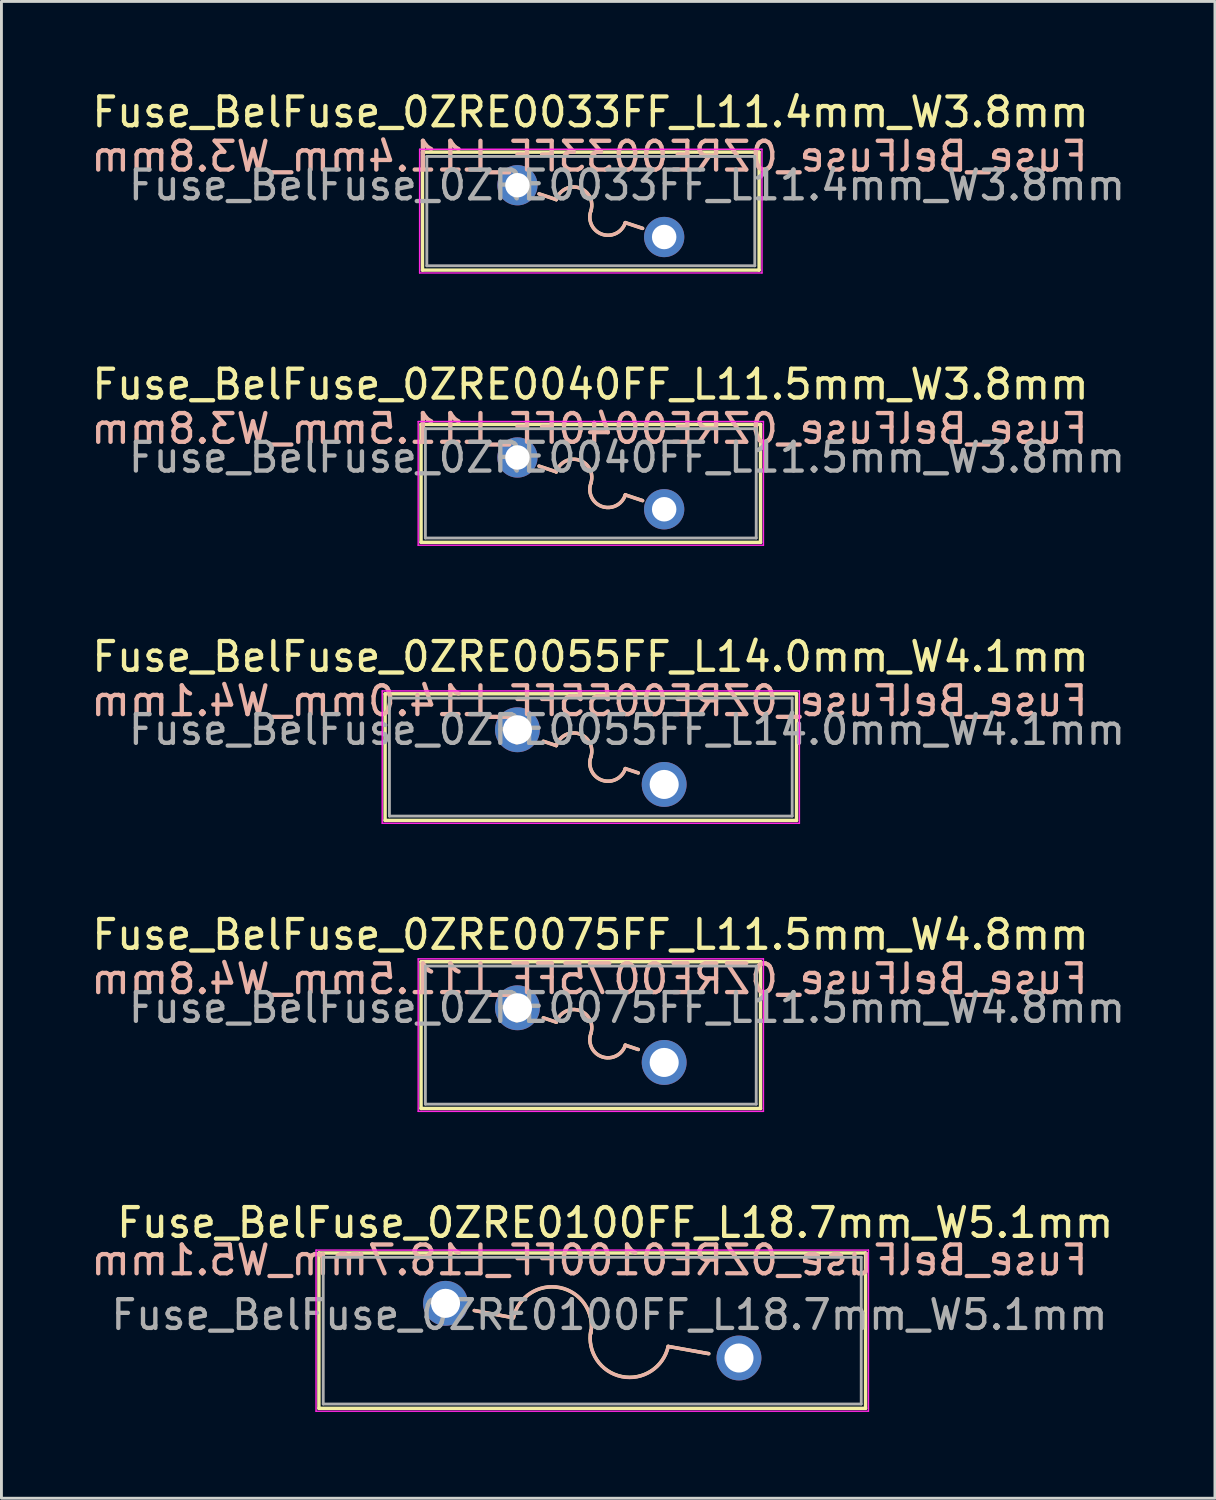
<source format=kicad_pcb>
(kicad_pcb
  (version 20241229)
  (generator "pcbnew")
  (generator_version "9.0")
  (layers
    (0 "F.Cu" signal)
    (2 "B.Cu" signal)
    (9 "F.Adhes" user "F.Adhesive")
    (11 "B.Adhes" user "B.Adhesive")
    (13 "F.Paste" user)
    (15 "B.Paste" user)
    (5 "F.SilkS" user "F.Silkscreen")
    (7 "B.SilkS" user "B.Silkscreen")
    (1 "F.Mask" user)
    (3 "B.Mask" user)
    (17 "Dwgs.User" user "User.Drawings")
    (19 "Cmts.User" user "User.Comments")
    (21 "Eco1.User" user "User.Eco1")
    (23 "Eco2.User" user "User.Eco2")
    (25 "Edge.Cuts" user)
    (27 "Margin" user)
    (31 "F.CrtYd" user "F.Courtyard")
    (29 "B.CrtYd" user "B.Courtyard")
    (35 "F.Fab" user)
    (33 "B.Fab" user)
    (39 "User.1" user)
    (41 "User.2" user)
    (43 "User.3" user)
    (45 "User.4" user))
  (footprint "Fuse_BelFuse_0ZRE0033FF_L11.4mm_W3.8mm"
    (layer "F.Cu")
    (at 14.935 3.388)
    (property "Reference" "Fuse_BelFuse_0ZRE0033FF_L11.4mm_W3.8mm" (at 2.54 -2.54 0) (layer "F.SilkS") (effects (font (size 1 1) (thickness 0.15))))
    (fp_line (start -3.3 -1.15) (end -3.3 2.95) (stroke (width 0.12) (type solid)) (layer "F.SilkS"))
    (fp_line (start -3.3 -1.15) (end 8.4 -1.15) (stroke (width 0.12) (type solid)) (layer "F.SilkS"))
    (fp_line (start -3.3 2.95) (end 8.4 2.95) (stroke (width 0.12) (type solid)) (layer "F.SilkS"))
    (fp_line (start 0.75 0.3) (end 1.35 0.5) (stroke (width 0.12) (type solid)) (layer "F.SilkS"))
    (fp_line (start 3.75 1.3) (end 4.35 1.5) (stroke (width 0.12) (type solid)) (layer "F.SilkS"))
    (fp_line (start 8.4 -1.15) (end 8.4 2.95) (stroke (width 0.12) (type solid)) (layer "F.SilkS"))
    (fp_arc (start 1.350003 0.500002) (mid 2.150001 0.100002) (end 2.550001 0.9) (stroke (width 0.12) (type solid)) (layer "F.SilkS"))
    (fp_arc (start 3.749999 1.299998) (mid 2.950001 1.699998) (end 2.550001 0.9) (stroke (width 0.12) (type solid)) (layer "F.SilkS"))
    (fp_line (start 0.75 0.3) (end 1.35 0.5) (stroke (width 0.12) (type solid)) (layer "B.SilkS"))
    (fp_line (start 3.75 1.3) (end 4.35 1.5) (stroke (width 0.12) (type solid)) (layer "B.SilkS"))
    (fp_arc (start 1.350003 0.500002) (mid 2.150001 0.100002) (end 2.550001 0.9) (stroke (width 0.12) (type solid)) (layer "B.SilkS"))
    (fp_arc (start 3.749999 1.299998) (mid 2.950001 1.699998) (end 2.550001 0.9) (stroke (width 0.12) (type solid)) (layer "B.SilkS"))
    (fp_line (start -3.4 -1.25) (end -3.4 3.05) (stroke (width 0.05) (type solid)) (layer "F.CrtYd"))
    (fp_line (start -3.4 -1.25) (end 8.5 -1.25) (stroke (width 0.05) (type solid)) (layer "F.CrtYd"))
    (fp_line (start -3.4 3.05) (end 8.5 3.05) (stroke (width 0.05) (type solid)) (layer "F.CrtYd"))
    (fp_line (start 8.5 -1.25) (end 8.5 3.05) (stroke (width 0.05) (type solid)) (layer "F.CrtYd"))
    (fp_line (start -3.15 -1) (end -3.15 2.8) (stroke (width 0.1) (type solid)) (layer "F.Fab"))
    (fp_line (start -3.15 -1) (end 8.25 -1) (stroke (width 0.1) (type solid)) (layer "F.Fab"))
    (fp_line (start -3.15 2.8) (end 8.25 2.8) (stroke (width 0.1) (type solid)) (layer "F.Fab"))
    (fp_line (start 8.25 -1) (end 8.25 2.8) (stroke (width 0.1) (type solid)) (layer "F.Fab"))
    (fp_text user "${REFERENCE}" (at 2.5 -1 0) (layer "B.SilkS") (effects (font (size 1 1) (thickness 0.15)) (justify mirror)))
    (fp_text user "${REFERENCE}" (at 3.81 0 0) (layer "F.Fab") (effects (font (size 1 1) (thickness 0.15))))
    (pad "1" thru_hole circle (at 0 0) (size 1.4 1.4) (drill 0.85) (layers "*.Cu" "*.Mask"))
    (pad "2" thru_hole circle (at 5.1 1.8) (size 1.4 1.4) (drill 0.85) (layers "*.Cu" "*.Mask")))
  (footprint "Fuse_BelFuse_0ZRE0100FF_L18.7mm_W5.1mm"
    (layer "F.Cu")
    (at 12.435 42.251)
    (property "Reference" "Fuse_BelFuse_0ZRE0100FF_L18.7mm_W5.1mm" (at 5.9 -2.8 0) (layer "F.SilkS") (effects (font (size 1 1) (thickness 0.15))))
    (fp_line (start -4.4 -1.75) (end -4.4 3.65) (stroke (width 0.12) (type solid)) (layer "F.SilkS"))
    (fp_line (start -4.4 -1.75) (end 14.6 -1.75) (stroke (width 0.12) (type solid)) (layer "F.SilkS"))
    (fp_line (start -4.4 3.65) (end 14.6 3.65) (stroke (width 0.12) (type solid)) (layer "F.SilkS"))
    (fp_line (start 1 0.25) (end 2.36 0.502) (stroke (width 0.12) (type solid)) (layer "F.SilkS"))
    (fp_line (start 7.74 1.498) (end 9.15 1.75) (stroke (width 0.12) (type solid)) (layer "F.SilkS"))
    (fp_line (start 14.6 -1.75) (end 14.6 3.65) (stroke (width 0.12) (type solid)) (layer "F.SilkS"))
    (fp_arc (start 2.359742 0.502167) (mid 3.97396 -0.54534) (end 5.049999 1.05) (stroke (width 0.12) (type solid)) (layer "F.SilkS"))
    (fp_arc (start 7.740258 1.497834) (mid 6.12604 2.545341) (end 5.050001 0.950001) (stroke (width 0.12) (type solid)) (layer "F.SilkS"))
    (fp_line (start 1 0.25) (end 2.36 0.502) (stroke (width 0.12) (type solid)) (layer "B.SilkS"))
    (fp_line (start 7.74 1.498) (end 9.15 1.75) (stroke (width 0.12) (type solid)) (layer "B.SilkS"))
    (fp_arc (start 2.359739 0.502167) (mid 3.974046 -0.545772) (end 5.049999 1.05) (stroke (width 0.12) (type solid)) (layer "B.SilkS"))
    (fp_arc (start 7.740261 1.497834) (mid 6.125954 2.545773) (end 5.050001 0.950001) (stroke (width 0.12) (type solid)) (layer "B.SilkS"))
    (fp_line (start -4.5 -1.85) (end -4.5 3.75) (stroke (width 0.05) (type solid)) (layer "F.CrtYd"))
    (fp_line (start -4.5 -1.85) (end 14.7 -1.85) (stroke (width 0.05) (type solid)) (layer "F.CrtYd"))
    (fp_line (start -4.5 3.75) (end 14.7 3.75) (stroke (width 0.05) (type solid)) (layer "F.CrtYd"))
    (fp_line (start 14.7 -1.85) (end 14.7 3.75) (stroke (width 0.05) (type solid)) (layer "F.CrtYd"))
    (fp_line (start -4.25 -1.6) (end -4.25 3.5) (stroke (width 0.1) (type solid)) (layer "F.Fab"))
    (fp_line (start -4.25 -1.6) (end 14.45 -1.6) (stroke (width 0.1) (type solid)) (layer "F.Fab"))
    (fp_line (start -4.25 3.5) (end 14.45 3.5) (stroke (width 0.1) (type solid)) (layer "F.Fab"))
    (fp_line (start 14.45 -1.6) (end 14.45 3.5) (stroke (width 0.1) (type solid)) (layer "F.Fab"))
    (fp_text user "${REFERENCE}" (at 5 -1.5 0) (layer "B.SilkS") (effects (font (size 1 1) (thickness 0.15)) (justify mirror)))
    (fp_text user "${REFERENCE}" (at 5.7 0.4 0) (layer "F.Fab") (effects (font (size 1 1) (thickness 0.15))))
    (pad "1" thru_hole circle (at 0 0) (size 1.56 1.56) (drill 1.01) (layers "*.Cu" "*.Mask"))
    (pad "2" thru_hole circle (at 10.2 1.9) (size 1.56 1.56) (drill 1.01) (layers "*.Cu" "*.Mask")))
  (footprint "Fuse_BelFuse_0ZRE0040FF_L11.5mm_W3.8mm"
    (layer "F.Cu")
    (at 14.935 12.851)
    (property "Reference" "Fuse_BelFuse_0ZRE0040FF_L11.5mm_W3.8mm" (at 2.54 -2.54 0) (layer "F.SilkS") (effects (font (size 1 1) (thickness 0.15))))
    (fp_line (start -3.35 -1.15) (end -3.35 2.95) (stroke (width 0.12) (type solid)) (layer "F.SilkS"))
    (fp_line (start -3.35 -1.15) (end 8.45 -1.15) (stroke (width 0.12) (type solid)) (layer "F.SilkS"))
    (fp_line (start -3.35 2.95) (end 8.45 2.95) (stroke (width 0.12) (type solid)) (layer "F.SilkS"))
    (fp_line (start 0.75 0.3) (end 1.35 0.5) (stroke (width 0.12) (type solid)) (layer "F.SilkS"))
    (fp_line (start 3.75 1.3) (end 4.35 1.5) (stroke (width 0.12) (type solid)) (layer "F.SilkS"))
    (fp_line (start 8.45 -1.15) (end 8.45 2.95) (stroke (width 0.12) (type solid)) (layer "F.SilkS"))
    (fp_arc (start 1.350003 0.500002) (mid 2.150001 0.100002) (end 2.550001 0.9) (stroke (width 0.12) (type solid)) (layer "F.SilkS"))
    (fp_arc (start 3.749999 1.299998) (mid 2.950001 1.699998) (end 2.550001 0.9) (stroke (width 0.12) (type solid)) (layer "F.SilkS"))
    (fp_line (start 0.75 0.3) (end 1.35 0.5) (stroke (width 0.12) (type solid)) (layer "B.SilkS"))
    (fp_line (start 3.75 1.3) (end 4.35 1.5) (stroke (width 0.12) (type solid)) (layer "B.SilkS"))
    (fp_arc (start 1.350003 0.500002) (mid 2.150001 0.100002) (end 2.550001 0.9) (stroke (width 0.12) (type solid)) (layer "B.SilkS"))
    (fp_arc (start 3.749999 1.299998) (mid 2.950001 1.699998) (end 2.550001 0.9) (stroke (width 0.12) (type solid)) (layer "B.SilkS"))
    (fp_line (start -3.45 -1.25) (end -3.45 3.05) (stroke (width 0.05) (type solid)) (layer "F.CrtYd"))
    (fp_line (start -3.45 -1.25) (end 8.55 -1.25) (stroke (width 0.05) (type solid)) (layer "F.CrtYd"))
    (fp_line (start -3.45 3.05) (end 8.55 3.05) (stroke (width 0.05) (type solid)) (layer "F.CrtYd"))
    (fp_line (start 8.55 -1.25) (end 8.55 3.05) (stroke (width 0.05) (type solid)) (layer "F.CrtYd"))
    (fp_line (start -3.2 -1) (end -3.2 2.8) (stroke (width 0.1) (type solid)) (layer "F.Fab"))
    (fp_line (start -3.2 -1) (end 8.3 -1) (stroke (width 0.1) (type solid)) (layer "F.Fab"))
    (fp_line (start -3.2 2.8) (end 8.3 2.8) (stroke (width 0.1) (type solid)) (layer "F.Fab"))
    (fp_line (start 8.3 -1) (end 8.3 2.8) (stroke (width 0.1) (type solid)) (layer "F.Fab"))
    (fp_text user "${REFERENCE}" (at 2.5 -1 0) (layer "B.SilkS") (effects (font (size 1 1) (thickness 0.15)) (justify mirror)))
    (fp_text user "${REFERENCE}" (at 3.81 0 0) (layer "F.Fab") (effects (font (size 1 1) (thickness 0.15))))
    (pad "1" thru_hole circle (at 0 0) (size 1.4 1.4) (drill 0.85) (layers "*.Cu" "*.Mask"))
    (pad "2" thru_hole circle (at 5.1 1.8) (size 1.4 1.4) (drill 0.85) (layers "*.Cu" "*.Mask")))
  (footprint "Fuse_BelFuse_0ZRE0075FF_L11.5mm_W4.8mm"
    (layer "F.Cu")
    (at 14.935 31.978)
    (property "Reference" "Fuse_BelFuse_0ZRE0075FF_L11.5mm_W4.8mm" (at 2.54 -2.54 0) (layer "F.SilkS") (effects (font (size 1 1) (thickness 0.15))))
    (fp_line (start -3.35 -1.6) (end -3.35 3.5) (stroke (width 0.12) (type solid)) (layer "F.SilkS"))
    (fp_line (start -3.35 -1.6) (end 8.45 -1.6) (stroke (width 0.12) (type solid)) (layer "F.SilkS"))
    (fp_line (start -3.35 3.5) (end 8.45 3.5) (stroke (width 0.12) (type solid)) (layer "F.SilkS"))
    (fp_line (start 0.9 0.35) (end 1.35 0.5) (stroke (width 0.12) (type solid)) (layer "F.SilkS"))
    (fp_line (start 3.75 1.3) (end 4.2 1.45) (stroke (width 0.12) (type solid)) (layer "F.SilkS"))
    (fp_line (start 8.45 -1.6) (end 8.45 3.5) (stroke (width 0.12) (type solid)) (layer "F.SilkS"))
    (fp_arc (start 1.350003 0.500002) (mid 2.150001 0.100002) (end 2.550001 0.9) (stroke (width 0.12) (type solid)) (layer "F.SilkS"))
    (fp_arc (start 3.749999 1.299998) (mid 2.950001 1.699998) (end 2.550001 0.9) (stroke (width 0.12) (type solid)) (layer "F.SilkS"))
    (fp_line (start 0.9 0.35) (end 1.35 0.5) (stroke (width 0.12) (type solid)) (layer "B.SilkS"))
    (fp_line (start 3.75 1.3) (end 4.2 1.45) (stroke (width 0.12) (type solid)) (layer "B.SilkS"))
    (fp_arc (start 1.350003 0.500002) (mid 2.150001 0.100002) (end 2.550001 0.9) (stroke (width 0.12) (type solid)) (layer "B.SilkS"))
    (fp_arc (start 3.749999 1.299998) (mid 2.950001 1.699998) (end 2.550001 0.9) (stroke (width 0.12) (type solid)) (layer "B.SilkS"))
    (fp_line (start -3.45 -1.7) (end -3.45 3.6) (stroke (width 0.05) (type solid)) (layer "F.CrtYd"))
    (fp_line (start -3.45 -1.7) (end 8.55 -1.7) (stroke (width 0.05) (type solid)) (layer "F.CrtYd"))
    (fp_line (start -3.45 3.6) (end 8.55 3.6) (stroke (width 0.05) (type solid)) (layer "F.CrtYd"))
    (fp_line (start 8.55 -1.7) (end 8.55 3.6) (stroke (width 0.05) (type solid)) (layer "F.CrtYd"))
    (fp_line (start -3.2 -1.45) (end -3.2 3.35) (stroke (width 0.1) (type solid)) (layer "F.Fab"))
    (fp_line (start -3.2 -1.45) (end 8.3 -1.45) (stroke (width 0.1) (type solid)) (layer "F.Fab"))
    (fp_line (start -3.2 3.35) (end 8.3 3.35) (stroke (width 0.1) (type solid)) (layer "F.Fab"))
    (fp_line (start 8.3 -1.45) (end 8.3 3.35) (stroke (width 0.1) (type solid)) (layer "F.Fab"))
    (fp_text user "${REFERENCE}" (at 2.5 -1 0) (layer "B.SilkS") (effects (font (size 1 1) (thickness 0.15)) (justify mirror)))
    (fp_text user "${REFERENCE}" (at 3.81 0 0) (layer "F.Fab") (effects (font (size 1 1) (thickness 0.15))))
    (pad "1" thru_hole circle (at 0 0) (size 1.56 1.56) (drill 1.01) (layers "*.Cu" "*.Mask"))
    (pad "2" thru_hole circle (at 5.1 1.9) (size 1.56 1.56) (drill 1.01) (layers "*.Cu" "*.Mask")))
  (footprint "Fuse_BelFuse_0ZRE0055FF_L14.0mm_W4.1mm"
    (layer "F.Cu")
    (at 14.935 22.315)
    (property "Reference" "Fuse_BelFuse_0ZRE0055FF_L14.0mm_W4.1mm" (at 2.54 -2.54 0) (layer "F.SilkS") (effects (font (size 1 1) (thickness 0.15))))
    (fp_line (start -4.6 -1.25) (end -4.6 3.15) (stroke (width 0.12) (type solid)) (layer "F.SilkS"))
    (fp_line (start -4.6 -1.25) (end 9.7 -1.25) (stroke (width 0.12) (type solid)) (layer "F.SilkS"))
    (fp_line (start -4.6 3.15) (end 9.7 3.15) (stroke (width 0.12) (type solid)) (layer "F.SilkS"))
    (fp_line (start 0.9 0.4) (end 1.35 0.55) (stroke (width 0.12) (type solid)) (layer "F.SilkS"))
    (fp_line (start 3.75 1.35) (end 4.2 1.5) (stroke (width 0.12) (type solid)) (layer "F.SilkS"))
    (fp_line (start 9.7 -1.25) (end 9.7 3.15) (stroke (width 0.12) (type solid)) (layer "F.SilkS"))
    (fp_arc (start 1.350003 0.550002) (mid 2.150001 0.150002) (end 2.550001 0.95) (stroke (width 0.12) (type solid)) (layer "F.SilkS"))
    (fp_arc (start 3.749999 1.349998) (mid 2.950001 1.749998) (end 2.550001 0.95) (stroke (width 0.12) (type solid)) (layer "F.SilkS"))
    (fp_line (start 0.9 0.4) (end 1.35 0.55) (stroke (width 0.12) (type solid)) (layer "B.SilkS"))
    (fp_line (start 3.75 1.35) (end 4.2 1.5) (stroke (width 0.12) (type solid)) (layer "B.SilkS"))
    (fp_arc (start 1.350003 0.550002) (mid 2.150001 0.150002) (end 2.550001 0.95) (stroke (width 0.12) (type solid)) (layer "B.SilkS"))
    (fp_arc (start 3.749999 1.349998) (mid 2.950001 1.749998) (end 2.550001 0.95) (stroke (width 0.12) (type solid)) (layer "B.SilkS"))
    (fp_line (start -4.7 -1.35) (end -4.7 3.25) (stroke (width 0.05) (type solid)) (layer "F.CrtYd"))
    (fp_line (start -4.7 -1.35) (end 9.8 -1.35) (stroke (width 0.05) (type solid)) (layer "F.CrtYd"))
    (fp_line (start -4.7 3.25) (end 9.8 3.25) (stroke (width 0.05) (type solid)) (layer "F.CrtYd"))
    (fp_line (start 9.8 -1.35) (end 9.8 3.25) (stroke (width 0.05) (type solid)) (layer "F.CrtYd"))
    (fp_line (start -4.45 -1.1) (end -4.45 3) (stroke (width 0.1) (type solid)) (layer "F.Fab"))
    (fp_line (start -4.45 -1.1) (end 9.55 -1.1) (stroke (width 0.1) (type solid)) (layer "F.Fab"))
    (fp_line (start -4.45 3) (end 9.55 3) (stroke (width 0.1) (type solid)) (layer "F.Fab"))
    (fp_line (start 9.55 -1.1) (end 9.55 3) (stroke (width 0.1) (type solid)) (layer "F.Fab"))
    (fp_text user "${REFERENCE}" (at 2.5 -1 0) (layer "B.SilkS") (effects (font (size 1 1) (thickness 0.15)) (justify mirror)))
    (fp_text user "${REFERENCE}" (at 3.81 0 0) (layer "F.Fab") (effects (font (size 1 1) (thickness 0.15))))
    (pad "1" thru_hole circle (at 0 0) (size 1.56 1.56) (drill 1.01) (layers "*.Cu" "*.Mask"))
    (pad "2" thru_hole circle (at 5.1 1.9) (size 1.56 1.56) (drill 1.01) (layers "*.Cu" "*.Mask")))
  (gr_rect
    (start -3 -3)
    (end 39.179 49.026)
    (stroke (width 0.1) (type default))
    (fill no)
    (layer "Edge.Cuts")))
</source>
